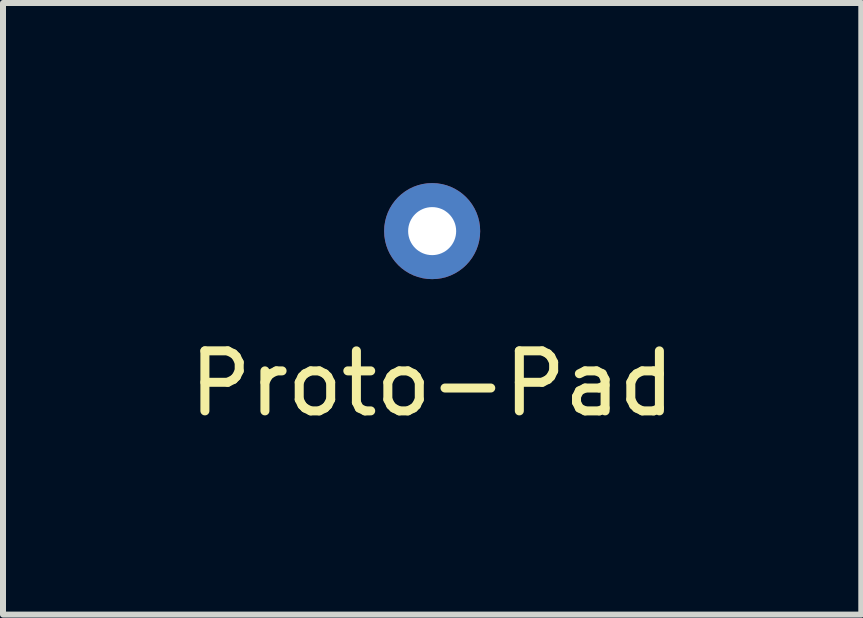
<source format=kicad_pcb>
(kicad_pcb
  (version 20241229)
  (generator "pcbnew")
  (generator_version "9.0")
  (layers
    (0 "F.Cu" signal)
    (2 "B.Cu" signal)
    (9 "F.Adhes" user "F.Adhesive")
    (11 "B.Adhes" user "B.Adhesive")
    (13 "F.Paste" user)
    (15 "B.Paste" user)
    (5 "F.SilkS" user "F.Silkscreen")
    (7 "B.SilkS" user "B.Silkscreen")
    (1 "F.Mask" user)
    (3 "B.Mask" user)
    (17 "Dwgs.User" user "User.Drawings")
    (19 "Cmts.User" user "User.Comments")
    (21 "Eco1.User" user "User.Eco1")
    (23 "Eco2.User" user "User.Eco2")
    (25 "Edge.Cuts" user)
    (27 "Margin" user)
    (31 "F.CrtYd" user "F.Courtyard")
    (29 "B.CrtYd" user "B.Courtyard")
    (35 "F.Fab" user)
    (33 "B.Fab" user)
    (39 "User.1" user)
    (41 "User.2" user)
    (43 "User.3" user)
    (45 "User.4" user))
  (footprint "Proto-Pad"
    (layer "F.Cu")
    (at 4.149 0.8)
    (property "Reference" "Proto-Pad" (at 0 2.54 0) (layer "F.SilkS") (effects (font (size 1 1) (thickness 0.15))))
    (attr through_hole)
    (pad "1" thru_hole circle (at 0 0) (size 1.6 1.6) (drill 0.8) (layers "*.Cu" "*.Mask")))
  (gr_rect
    (start -3 -3)
    (end 11.298 7.188)
    (stroke (width 0.1) (type default))
    (fill no)
    (layer "Edge.Cuts")))
</source>
